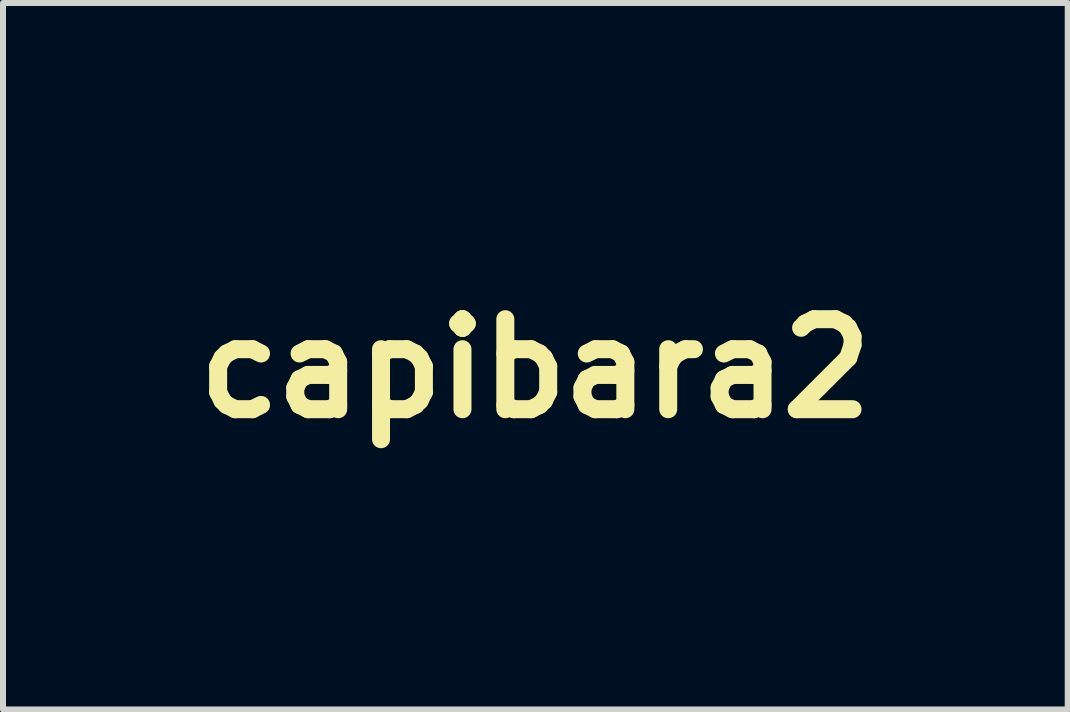
<source format=kicad_pcb>
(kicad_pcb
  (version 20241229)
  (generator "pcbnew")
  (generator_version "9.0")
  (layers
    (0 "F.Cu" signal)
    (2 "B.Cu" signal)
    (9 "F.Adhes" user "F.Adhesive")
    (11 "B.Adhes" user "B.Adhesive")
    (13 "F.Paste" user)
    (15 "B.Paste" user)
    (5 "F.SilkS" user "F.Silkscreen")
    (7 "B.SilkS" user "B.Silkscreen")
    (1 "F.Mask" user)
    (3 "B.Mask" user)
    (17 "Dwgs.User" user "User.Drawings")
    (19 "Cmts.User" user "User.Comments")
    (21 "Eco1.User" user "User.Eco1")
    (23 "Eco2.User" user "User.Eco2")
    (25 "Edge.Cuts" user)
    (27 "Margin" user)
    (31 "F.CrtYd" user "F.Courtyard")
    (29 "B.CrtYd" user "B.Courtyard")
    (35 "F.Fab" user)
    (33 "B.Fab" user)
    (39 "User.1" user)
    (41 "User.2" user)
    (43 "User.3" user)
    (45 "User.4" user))
  (footprint "capibara2"
    (layer "F.Cu")
    (at 5.871 3.091)
    (property "Reference" "capibara2" (at 0 0 0) (layer "F.SilkS") (effects (font (size 1.5 1.5) (thickness 0.3))))
    (attr board_only exclude_from_pos_files exclude_from_bom)
    (fp_poly (pts (xy 0.022 -1.01) (xy 0.087 -0.981) (xy 0.138 -0.941) (xy 0.16 -0.909) (xy 0.174 -0.846) (xy 0.162 -0.783) (xy 0.124 -0.724) (xy 0.083 -0.688) (xy 0.028 -0.655) (xy -0.018 -0.642) (xy -0.068 -0.644) (xy -0.099 -0.652) (xy -0.171 -0.679) (xy -0.224 -0.723) (xy -0.245 -0.75) (xy -0.266 -0.805) (xy -0.263 -0.862) (xy -0.238 -0.918) (xy -0.195 -0.965) (xy -0.138 -1.001) (xy -0.07 -1.019) (xy -0.046 -1.02)) (stroke (width 0) (type solid)) (fill yes) (layer "F.Mask"))
    (fp_poly (pts (xy -1.48 -1.467) (xy -1.417 -1.453) (xy -1.35 -1.426) (xy -1.309 -1.383) (xy -1.294 -1.326) (xy -1.295 -1.298) (xy -1.305 -1.26) (xy -1.325 -1.225) (xy -1.362 -1.184) (xy -1.384 -1.163) (xy -1.428 -1.12) (xy -1.454 -1.085) (xy -1.471 -1.047) (xy -1.483 -0.995) (xy -1.484 -0.99) (xy -1.496 -0.932) (xy -1.508 -0.878) (xy -1.516 -0.848) (xy -1.528 -0.779) (xy -1.531 -0.694) (xy -1.526 -0.606) (xy -1.513 -0.527) (xy -1.503 -0.495) (xy -1.489 -0.447) (xy -1.481 -0.41) (xy -1.481 -0.395) (xy -1.502 -0.372) (xy -1.536 -0.374) (xy -1.567 -0.392) (xy -1.624 -0.455) (xy -1.662 -0.542) (xy -1.684 -0.65) (xy -1.687 -0.779) (xy -1.672 -0.927) (xy -1.656 -1.019) (xy -1.644 -1.091) (xy -1.642 -1.139) (xy -1.648 -1.162) (xy -1.682 -1.248) (xy -1.694 -1.319) (xy -1.682 -1.377) (xy -1.649 -1.424) (xy -1.605 -1.456) (xy -1.55 -1.47)) (stroke (width 0) (type solid)) (fill yes) (layer "F.Mask"))
    (fp_poly (pts (xy -0.249 -3.085) (xy -0.194 -3.065) (xy -0.14 -3.027) (xy -0.098 -2.987) (xy -0.063 -2.953) (xy -0.035 -2.931) (xy -0.022 -2.926) (xy -0.003 -2.936) (xy 0.027 -2.961) (xy 0.046 -2.979) (xy 0.091 -3.02) (xy 0.141 -3.055) (xy 0.156 -3.064) (xy 0.227 -3.087) (xy 0.291 -3.084) (xy 0.346 -3.06) (xy 0.388 -3.018) (xy 0.414 -2.964) (xy 0.421 -2.901) (xy 0.406 -2.833) (xy 0.376 -2.779) (xy 0.347 -2.742) (xy 0.324 -2.715) (xy 0.316 -2.709) (xy 0.301 -2.684) (xy 0.311 -2.648) (xy 0.347 -2.601) (xy 0.361 -2.587) (xy 0.434 -2.497) (xy 0.482 -2.391) (xy 0.503 -2.275) (xy 0.497 -2.151) (xy 0.497 -2.15) (xy 0.491 -2.098) (xy 0.492 -2.062) (xy 0.496 -2.049) (xy 0.516 -2.045) (xy 0.562 -2.044) (xy 0.631 -2.047) (xy 0.719 -2.053) (xy 0.746 -2.055) (xy 0.834 -2.061) (xy 0.916 -2.065) (xy 0.987 -2.067) (xy 1.038 -2.066) (xy 1.053 -2.064) (xy 1.127 -2.041) (xy 1.199 -1.996) (xy 1.259 -1.937) (xy 1.292 -1.885) (xy 1.314 -1.807) (xy 1.319 -1.714) (xy 1.308 -1.62) (xy 1.29 -1.555) (xy 1.271 -1.515) (xy 1.244 -1.473) (xy 1.204 -1.427) (xy 1.15 -1.373) (xy 1.076 -1.306) (xy 1.026 -1.262) (xy 1.01 -1.247) (xy 1.002 -1.231) (xy 1.001 -1.205) (xy 1.006 -1.163) (xy 1.014 -1.117) (xy 1.066 -0.905) (xy 1.132 -0.728) (xy 1.166 -0.661) (xy 1.216 -0.578) (xy 1.278 -0.484) (xy 1.348 -0.384) (xy 1.422 -0.284) (xy 1.497 -0.19) (xy 1.567 -0.108) (xy 1.585 -0.087) (xy 1.619 -0.048) (xy 1.643 -0.016) (xy 1.65 0.001) (xy 1.659 0.022) (xy 1.681 0.062) (xy 1.715 0.115) (xy 1.755 0.176) (xy 1.799 0.239) (xy 1.842 0.299) (xy 1.881 0.35) (xy 1.908 0.383) (xy 1.948 0.434) (xy 1.982 0.488) (xy 1.999 0.525) (xy 2.018 0.576) (xy 2.043 0.639) (xy 2.062 0.686) (xy 2.09 0.772) (xy 2.113 0.877) (xy 2.129 0.995) (xy 2.139 1.118) (xy 2.141 1.237) (xy 2.135 1.345) (xy 2.121 1.434) (xy 2.115 1.455) (xy 2.104 1.502) (xy 2.095 1.561) (xy 2.093 1.588) (xy 2.077 1.657) (xy 2.044 1.741) (xy 1.996 1.833) (xy 1.937 1.93) (xy 1.871 2.024) (xy 1.801 2.11) (xy 1.731 2.182) (xy 1.686 2.221) (xy 1.645 2.252) (xy 1.604 2.281) (xy 1.559 2.312) (xy 1.503 2.348) (xy 1.43 2.394) (xy 1.388 2.421) (xy 1.339 2.447) (xy 1.278 2.475) (xy 1.237 2.492) (xy 1.185 2.512) (xy 1.14 2.532) (xy 1.118 2.544) (xy 1.09 2.555) (xy 1.038 2.571) (xy 0.969 2.591) (xy 0.887 2.611) (xy 0.799 2.632) (xy 0.709 2.652) (xy 0.648 2.664) (xy 0.559 2.676) (xy 0.451 2.682) (xy 0.336 2.682) (xy 0.223 2.677) (xy 0.156 2.67) (xy 0.054 2.65) (xy -0.057 2.617) (xy -0.166 2.575) (xy -0.262 2.529) (xy -0.314 2.497) (xy -0.41 2.431) (xy -0.456 2.466) (xy -0.556 2.531) (xy -0.655 2.576) (xy -0.748 2.599) (xy -0.833 2.601) (xy -0.905 2.581) (xy -0.963 2.539) (xy -0.966 2.535) (xy -0.998 2.488) (xy -1.018 2.434) (xy -1.028 2.366) (xy -1.029 2.278) (xy -1.026 2.216) (xy -1.016 2.061) (xy -1.111 2.034) (xy -1.206 2.007) (xy -1.342 2.077) (xy -1.412 2.109) (xy -1.483 2.137) (xy -1.544 2.157) (xy -1.565 2.162) (xy -1.619 2.169) (xy -1.656 2.168) (xy -1.69 2.157) (xy -1.708 2.149) (xy -1.769 2.105) (xy -1.811 2.045) (xy -1.835 1.966) (xy -1.842 1.867) (xy -1.832 1.751) (xy -1.792 1.55) (xy -1.727 1.365) (xy -1.71 1.328) (xy -1.682 1.262) (xy -1.657 1.19) (xy -1.644 1.148) (xy -1.612 1.023) (xy -1.586 0.925) (xy -1.565 0.849) (xy -1.548 0.794) (xy -1.534 0.755) (xy -1.523 0.73) (xy -1.513 0.716) (xy -1.512 0.715) (xy -1.487 0.68) (xy -1.477 0.656) (xy -1.467 0.629) (xy -1.448 0.582) (xy -1.423 0.521) (xy -1.401 0.47) (xy -1.374 0.407) (xy -1.353 0.353) (xy -1.339 0.314) (xy -1.335 0.298) (xy -1.348 0.285) (xy -1.384 0.261) (xy -1.438 0.231) (xy -1.506 0.196) (xy -1.549 0.174) (xy -1.634 0.133) (xy -1.697 0.099) (xy -1.747 0.069) (xy -1.788 0.039) (xy -1.828 0.003) (xy -1.871 -0.04) (xy -1.959 -0.141) (xy -2.028 -0.247) (xy -2.079 -0.361) (xy -2.113 -0.489) (xy -2.134 -0.637) (xy -2.142 -0.76) (xy -2.141 -0.822) (xy -1.992 -0.822) (xy -1.989 -0.728) (xy -1.981 -0.635) (xy -1.968 -0.551) (xy -1.953 -0.484) (xy -1.944 -0.458) (xy -1.927 -0.418) (xy -1.905 -0.365) (xy -1.891 -0.33) (xy -1.853 -0.259) (xy -1.796 -0.19) (xy -1.715 -0.12) (xy -1.695 -0.104) (xy -1.656 -0.079) (xy -1.597 -0.046) (xy -1.524 -0.008) (xy -1.442 0.032) (xy -1.359 0.071) (xy -1.282 0.105) (xy -1.26 0.114) (xy -1.21 0.139) (xy -1.168 0.167) (xy -1.15 0.185) (xy -1.137 0.203) (xy -1.132 0.22) (xy -1.135 0.242) (xy -1.148 0.275) (xy -1.172 0.327) (xy -1.185 0.355) (xy -1.22 0.427) (xy -1.244 0.479) (xy -1.261 0.518) (xy -1.273 0.551) (xy -1.285 0.585) (xy -1.291 0.608) (xy -1.304 0.642) (xy -1.327 0.697) (xy -1.357 0.767) (xy -1.392 0.845) (xy -1.412 0.889) (xy -1.447 0.966) (xy -1.477 1.035) (xy -1.5 1.091) (xy -1.513 1.129) (xy -1.515 1.141) (xy -1.52 1.165) (xy -1.533 1.212) (xy -1.552 1.276) (xy -1.576 1.351) (xy -1.59 1.394) (xy -1.618 1.482) (xy -1.644 1.569) (xy -1.665 1.648) (xy -1.679 1.711) (xy -1.682 1.727) (xy -1.69 1.804) (xy -1.691 1.877) (xy -1.686 1.938) (xy -1.674 1.981) (xy -1.662 1.998) (xy -1.635 2.006) (xy -1.594 2.01) (xy -1.551 2.009) (xy -1.519 2.003) (xy -1.509 1.997) (xy -1.489 1.984) (xy -1.462 1.974) (xy -1.429 1.96) (xy -1.383 1.935) (xy -1.35 1.912) (xy -1.298 1.88) (xy -1.253 1.864) (xy -1.203 1.86) (xy -1.158 1.863) (xy -1.125 1.869) (xy -1.117 1.873) (xy -1.095 1.883) (xy -1.054 1.895) (xy -1.017 1.904) (xy -0.963 1.919) (xy -0.915 1.94) (xy -0.894 1.952) (xy -0.874 1.97) (xy -0.862 1.992) (xy -0.857 2.023) (xy -0.857 2.068) (xy -0.863 2.133) (xy -0.873 2.208) (xy -0.881 2.274) (xy -0.884 2.32) (xy -0.88 2.353) (xy -0.871 2.381) (xy -0.866 2.393) (xy -0.845 2.428) (xy -0.82 2.443) (xy -0.784 2.445) (xy -0.737 2.437) (xy -0.676 2.416) (xy -0.613 2.386) (xy -0.557 2.353) (xy -0.523 2.324) (xy -0.507 2.293) (xy -0.493 2.245) (xy -0.488 2.217) (xy -0.461 2.108) (xy -0.411 2.019) (xy -0.354 1.96) (xy -0.26 1.893) (xy -0.173 1.853) (xy -0.09 1.838) (xy -0.083 1.838) (xy -0.038 1.84) (xy -0.014 1.846) (xy -0.005 1.862) (xy -0.003 1.872) (xy -0.004 1.905) (xy -0.022 1.933) (xy -0.061 1.96) (xy -0.113 1.986) (xy -0.171 2.019) (xy -0.229 2.063) (xy -0.254 2.086) (xy -0.3 2.147) (xy -0.317 2.207) (xy -0.305 2.265) (xy -0.272 2.314) (xy -0.227 2.353) (xy -0.163 2.393) (xy -0.091 2.43) (xy -0.02 2.458) (xy 0.023 2.469) (xy 0.064 2.478) (xy 0.094 2.489) (xy 0.098 2.491) (xy 0.121 2.501) (xy 0.161 2.509) (xy 0.173 2.51) (xy 0.22 2.514) (xy 0.285 2.515) (xy 0.362 2.514) (xy 0.443 2.512) (xy 0.521 2.509) (xy 0.591 2.505) (xy 0.644 2.5) (xy 0.674 2.494) (xy 0.675 2.494) (xy 0.708 2.484) (xy 0.76 2.473) (xy 0.821 2.462) (xy 0.825 2.462) (xy 0.898 2.446) (xy 0.975 2.422) (xy 1.031 2.4) (xy 1.081 2.378) (xy 1.12 2.362) (xy 1.141 2.355) (xy 1.141 2.355) (xy 1.166 2.348) (xy 1.211 2.326) (xy 1.27 2.295) (xy 1.337 2.256) (xy 1.407 2.213) (xy 1.475 2.17) (xy 1.535 2.13) (xy 1.581 2.096) (xy 1.59 2.088) (xy 1.666 2.017) (xy 1.738 1.935) (xy 1.802 1.848) (xy 1.856 1.762) (xy 1.896 1.681) (xy 1.917 1.612) (xy 1.92 1.581) (xy 1.927 1.546) (xy 1.944 1.501) (xy 1.949 1.49) (xy 1.967 1.436) (xy 1.979 1.36) (xy 1.986 1.269) (xy 1.989 1.172) (xy 1.985 1.075) (xy 1.977 0.987) (xy 1.963 0.914) (xy 1.951 0.878) (xy 1.94 0.849) (xy 1.924 0.801) (xy 1.907 0.745) (xy 1.906 0.743) (xy 1.887 0.685) (xy 1.865 0.632) (xy 1.837 0.577) (xy 1.801 0.517) (xy 1.754 0.446) (xy 1.692 0.36) (xy 1.654 0.307) (xy 1.604 0.238) (xy 1.558 0.174) (xy 1.521 0.12) (xy 1.497 0.081) (xy 1.49 0.07) (xy 1.462 0.025) (xy 1.431 -0.015) (xy 1.388 -0.065) (xy 1.337 -0.127) (xy 1.286 -0.192) (xy 1.244 -0.249) (xy 1.23 -0.269) (xy 1.197 -0.315) (xy 1.158 -0.367) (xy 1.144 -0.385) (xy 1.116 -0.422) (xy 1.099 -0.45) (xy 1.095 -0.459) (xy 1.086 -0.478) (xy 1.075 -0.494) (xy 1.049 -0.533) (xy 1.018 -0.594) (xy 0.985 -0.672) (xy 0.952 -0.758) (xy 0.921 -0.847) (xy 0.896 -0.932) (xy 0.886 -0.975) (xy 0.846 -1.148) (xy 0.734 -1.148) (xy 0.623 -1.148) (xy 0.623 -1.193) (xy 0.625 -1.214) (xy 0.634 -1.231) (xy 0.655 -1.25) (xy 0.692 -1.273) (xy 0.751 -1.305) (xy 0.766 -1.313) (xy 0.83 -1.347) (xy 0.889 -1.379) (xy 0.934 -1.405) (xy 0.953 -1.417) (xy 1.02 -1.47) (xy 1.08 -1.539) (xy 1.128 -1.612) (xy 1.149 -1.661) (xy 1.163 -1.709) (xy 1.166 -1.74) (xy 1.16 -1.768) (xy 1.15 -1.791) (xy 1.111 -1.839) (xy 1.049 -1.872) (xy 0.97 -1.889) (xy 0.934 -1.891) (xy 0.896 -1.889) (xy 0.834 -1.884) (xy 0.756 -1.876) (xy 0.667 -1.867) (xy 0.588 -1.858) (xy 0.486 -1.844) (xy 0.409 -1.833) (xy 0.354 -1.823) (xy 0.316 -1.813) (xy 0.293 -1.802) (xy 0.283 -1.795) (xy 0.253 -1.776) (xy 0.205 -1.752) (xy 0.152 -1.731) (xy 0.04 -1.703) (xy -0.073 -1.695) (xy -0.183 -1.706) (xy -0.281 -1.736) (xy -0.363 -1.784) (xy -0.372 -1.792) (xy -0.387 -1.803) (xy -0.404 -1.811) (xy -0.43 -1.817) (xy -0.468 -1.821) (xy -0.523 -1.824) (xy -0.599 -1.826) (xy -0.701 -1.828) (xy -0.703 -1.828) (xy -0.816 -1.829) (xy -0.928 -1.827) (xy -1.033 -1.822) (xy -1.127 -1.816) (xy -1.207 -1.809) (xy -1.267 -1.8) (xy -1.304 -1.79) (xy -1.314 -1.783) (xy -1.334 -1.772) (xy -1.35 -1.77) (xy -1.422 -1.759) (xy -1.505 -1.729) (xy -1.593 -1.683) (xy -1.676 -1.627) (xy -1.748 -1.563) (xy -1.77 -1.539) (xy -1.806 -1.491) (xy -1.843 -1.433) (xy -1.876 -1.372) (xy -1.903 -1.315) (xy -1.918 -1.272) (xy -1.92 -1.257) (xy -1.927 -1.231) (xy -1.933 -1.224) (xy -1.945 -1.203) (xy -1.957 -1.158) (xy -1.969 -1.093) (xy -1.979 -1.015) (xy -1.988 -0.927) (xy -1.989 -0.907) (xy -1.992 -0.822) (xy -2.141 -0.822) (xy -2.139 -0.966) (xy -2.118 -1.15) (xy -2.078 -1.315) (xy -2.017 -1.461) (xy -1.936 -1.591) (xy -1.931 -1.598) (xy -1.845 -1.697) (xy -1.75 -1.781) (xy -1.642 -1.85) (xy -1.52 -1.905) (xy -1.38 -1.947) (xy -1.219 -1.978) (xy -1.035 -1.998) (xy -0.849 -2.009) (xy -0.58 -2.018) (xy -0.579 -2.19) (xy -0.578 -2.211) (xy -0.423 -2.211) (xy -0.407 -2.123) (xy -0.371 -2.045) (xy -0.35 -2.018) (xy -0.272 -1.949) (xy -0.182 -1.903) (xy -0.086 -1.88) (xy 0.009 -1.882) (xy 0.087 -1.905) (xy 0.166 -1.947) (xy 0.224 -1.992) (xy 0.269 -2.049) (xy 0.285 -2.076) (xy 0.321 -2.165) (xy 0.33 -2.258) (xy 0.314 -2.348) (xy 0.274 -2.431) (xy 0.213 -2.5) (xy 0.133 -2.551) (xy 0.121 -2.556) (xy 0.055 -2.573) (xy -0.025 -2.58) (xy -0.107 -2.577) (xy -0.179 -2.565) (xy -0.204 -2.557) (xy -0.28 -2.512) (xy -0.348 -2.446) (xy -0.393 -2.379) (xy -0.419 -2.299) (xy -0.423 -2.211) (xy -0.578 -2.211) (xy -0.575 -2.291) (xy -0.564 -2.371) (xy -0.543 -2.439) (xy -0.508 -2.502) (xy -0.457 -2.569) (xy -0.435 -2.595) (xy -0.399 -2.638) (xy -0.373 -2.671) (xy -0.36 -2.69) (xy -0.36 -2.691) (xy -0.369 -2.707) (xy -0.393 -2.736) (xy -0.415 -2.762) (xy -0.449 -2.803) (xy -0.467 -2.841) (xy -0.475 -2.89) (xy -0.477 -2.911) (xy -0.478 -2.917) (xy -0.394 -2.917) (xy -0.38 -2.869) (xy -0.345 -2.828) (xy -0.294 -2.797) (xy -0.238 -2.78) (xy -0.182 -2.781) (xy -0.136 -2.802) (xy -0.106 -2.826) (xy 0.03 -2.826) (xy 0.041 -2.805) (xy 0.067 -2.779) (xy 0.067 -2.779) (xy 0.096 -2.761) (xy 0.127 -2.756) (xy 0.173 -2.762) (xy 0.175 -2.762) (xy 0.226 -2.777) (xy 0.269 -2.799) (xy 0.28 -2.808) (xy 0.309 -2.848) (xy 0.324 -2.895) (xy 0.325 -2.94) (xy 0.315 -2.963) (xy 0.284 -2.981) (xy 0.238 -2.985) (xy 0.189 -2.975) (xy 0.175 -2.969) (xy 0.142 -2.947) (xy 0.104 -2.914) (xy 0.067 -2.879) (xy 0.04 -2.847) (xy 0.03 -2.826) (xy -0.106 -2.826) (xy -0.103 -2.828) (xy -0.149 -2.891) (xy -0.197 -2.945) (xy -0.249 -2.981) (xy -0.299 -2.999) (xy -0.342 -2.998) (xy -0.375 -2.977) (xy -0.392 -2.937) (xy -0.394 -2.917) (xy -0.478 -2.917) (xy -0.48 -2.962) (xy -0.475 -2.995) (xy -0.46 -3.021) (xy -0.438 -3.045) (xy -0.405 -3.073) (xy -0.371 -3.087) (xy -0.322 -3.091) (xy -0.315 -3.091)) (stroke (width 0) (type solid)) (fill yes) (layer "F.Mask")))
  (gr_rect
    (start -3 -3)
    (end 14.743 8.773)
    (stroke (width 0.1) (type default))
    (fill no)
    (layer "Edge.Cuts")))
</source>
